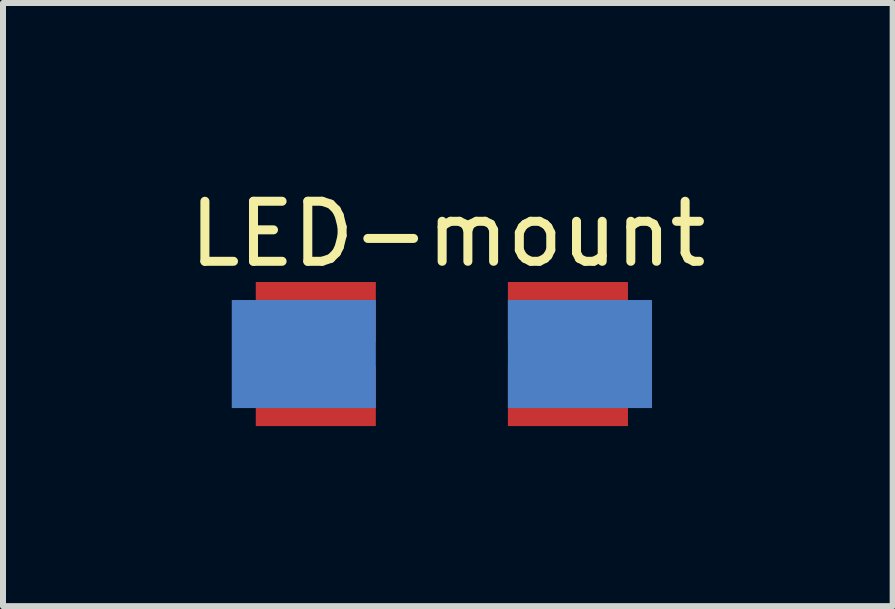
<source format=kicad_pcb>
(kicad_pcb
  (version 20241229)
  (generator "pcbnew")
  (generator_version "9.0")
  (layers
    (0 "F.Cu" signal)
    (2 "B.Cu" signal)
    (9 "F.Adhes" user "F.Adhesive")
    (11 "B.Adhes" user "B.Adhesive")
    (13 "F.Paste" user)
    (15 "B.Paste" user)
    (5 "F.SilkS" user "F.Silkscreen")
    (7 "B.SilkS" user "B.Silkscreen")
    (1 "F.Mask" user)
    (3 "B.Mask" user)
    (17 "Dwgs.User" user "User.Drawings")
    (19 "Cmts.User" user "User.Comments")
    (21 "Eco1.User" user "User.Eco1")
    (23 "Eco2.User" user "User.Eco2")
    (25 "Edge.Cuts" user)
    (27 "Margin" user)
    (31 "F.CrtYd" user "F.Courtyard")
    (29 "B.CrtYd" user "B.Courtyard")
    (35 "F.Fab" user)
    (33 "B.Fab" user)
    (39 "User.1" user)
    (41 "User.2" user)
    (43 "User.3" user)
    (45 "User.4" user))
  (footprint "LED-mount"
    (layer "F.Cu")
    (at 4.411 2.848)
    (property "Reference" "LED-mount" (at 0 -2 0) (layer "F.SilkS") (effects (font (size 1 1) (thickness 0.15))))
    (attr through_hole)
    (pad "1" smd rect (at 2.2 0) (size 2.4 1.8) (layers "B.Cu" "B.Mask" "F.Paste"))
    (pad "2" smd rect (at -2.4 0) (size 2.4 1.8) (layers "B.Cu" "B.Mask" "F.Paste"))
    (pad "3" smd rect (at -2.2 -0.7) (size 2 1) (layers "F.Cu" "F.Mask" "F.Paste"))
    (pad "4" smd rect (at -2.2 0.7) (size 2 1) (layers "F.Cu" "F.Mask" "F.Paste"))
    (pad "5" smd rect (at 2 -0.7) (size 2 1) (layers "F.Cu" "F.Mask" "F.Paste"))
    (pad "6" smd rect (at 2 0.7) (size 2 1) (layers "F.Cu" "F.Mask" "F.Paste")))
  (gr_rect
    (start -3 -3)
    (end 11.821 7.048)
    (stroke (width 0.1) (type default))
    (fill no)
    (layer "Edge.Cuts")))
</source>
